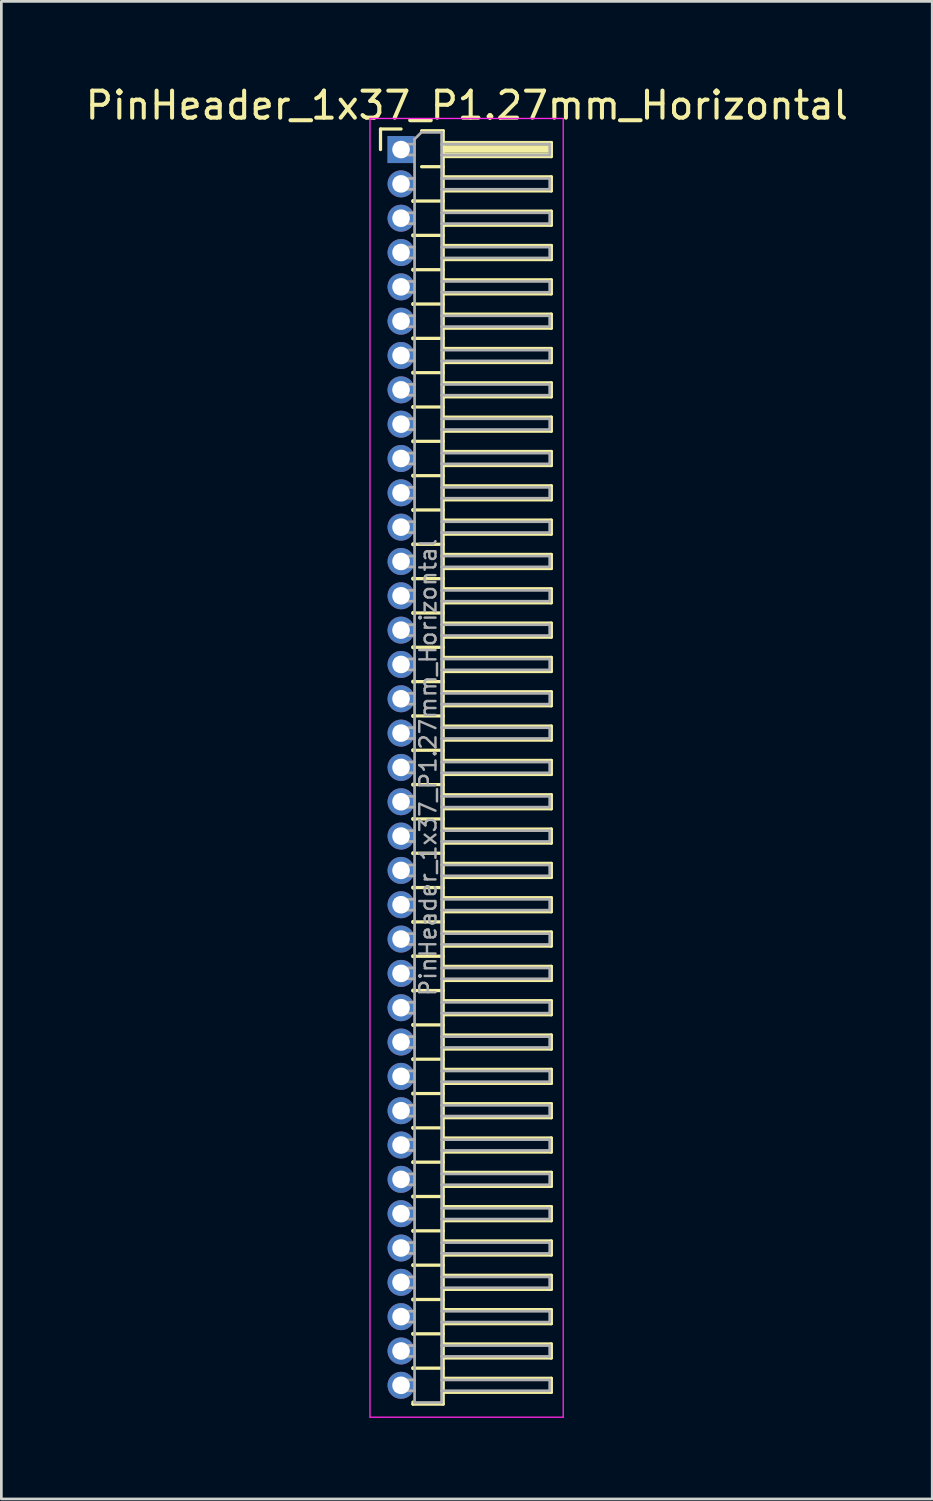
<source format=kicad_pcb>
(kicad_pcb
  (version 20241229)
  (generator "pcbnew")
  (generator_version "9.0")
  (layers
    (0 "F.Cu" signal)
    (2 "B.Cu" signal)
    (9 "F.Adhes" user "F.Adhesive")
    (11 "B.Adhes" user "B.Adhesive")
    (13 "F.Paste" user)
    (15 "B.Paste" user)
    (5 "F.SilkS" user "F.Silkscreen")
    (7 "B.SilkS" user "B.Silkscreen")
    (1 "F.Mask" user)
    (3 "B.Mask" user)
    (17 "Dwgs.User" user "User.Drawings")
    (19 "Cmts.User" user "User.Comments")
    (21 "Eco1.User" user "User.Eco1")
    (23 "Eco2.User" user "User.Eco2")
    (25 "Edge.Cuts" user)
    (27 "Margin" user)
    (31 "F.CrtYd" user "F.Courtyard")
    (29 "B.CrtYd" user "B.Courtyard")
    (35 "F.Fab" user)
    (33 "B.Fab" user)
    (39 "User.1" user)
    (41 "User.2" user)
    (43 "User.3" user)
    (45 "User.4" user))
  (footprint "PinHeader_1x37_P1.27mm_Horizontal"
    (layer "F.Cu")
    (at 11.788 2.483)
    (property "Reference" "PinHeader_1x37_P1.27mm_Horizontal" (at 2.433 -1.635 0) (layer "F.SilkS") (effects (font (size 1 1) (thickness 0.15))))
    (attr through_hole)
    (fp_line (start -0.76 -0.76) (end 0 -0.76) (stroke (width 0.12) (type solid)) (layer "F.SilkS"))
    (fp_line (start -0.76 0) (end -0.76 -0.76) (stroke (width 0.12) (type solid)) (layer "F.SilkS"))
    (fp_line (start 0.44 1.89) (end 0.44 1.92) (stroke (width 0.12) (type solid)) (layer "F.SilkS"))
    (fp_line (start 0.44 1.905) (end 1.56 1.905) (stroke (width 0.12) (type solid)) (layer "F.SilkS"))
    (fp_line (start 0.44 3.16) (end 0.44 3.19) (stroke (width 0.12) (type solid)) (layer "F.SilkS"))
    (fp_line (start 0.44 3.175) (end 1.56 3.175) (stroke (width 0.12) (type solid)) (layer "F.SilkS"))
    (fp_line (start 0.44 4.43) (end 0.44 4.46) (stroke (width 0.12) (type solid)) (layer "F.SilkS"))
    (fp_line (start 0.44 4.445) (end 1.56 4.445) (stroke (width 0.12) (type solid)) (layer "F.SilkS"))
    (fp_line (start 0.44 5.7) (end 0.44 5.73) (stroke (width 0.12) (type solid)) (layer "F.SilkS"))
    (fp_line (start 0.44 5.715) (end 1.56 5.715) (stroke (width 0.12) (type solid)) (layer "F.SilkS"))
    (fp_line (start 0.44 6.97) (end 0.44 7) (stroke (width 0.12) (type solid)) (layer "F.SilkS"))
    (fp_line (start 0.44 6.985) (end 1.56 6.985) (stroke (width 0.12) (type solid)) (layer "F.SilkS"))
    (fp_line (start 0.44 8.24) (end 0.44 8.27) (stroke (width 0.12) (type solid)) (layer "F.SilkS"))
    (fp_line (start 0.44 8.255) (end 1.56 8.255) (stroke (width 0.12) (type solid)) (layer "F.SilkS"))
    (fp_line (start 0.44 9.51) (end 0.44 9.54) (stroke (width 0.12) (type solid)) (layer "F.SilkS"))
    (fp_line (start 0.44 9.525) (end 1.56 9.525) (stroke (width 0.12) (type solid)) (layer "F.SilkS"))
    (fp_line (start 0.44 10.78) (end 0.44 10.81) (stroke (width 0.12) (type solid)) (layer "F.SilkS"))
    (fp_line (start 0.44 10.795) (end 1.56 10.795) (stroke (width 0.12) (type solid)) (layer "F.SilkS"))
    (fp_line (start 0.44 12.05) (end 0.44 12.08) (stroke (width 0.12) (type solid)) (layer "F.SilkS"))
    (fp_line (start 0.44 12.065) (end 1.56 12.065) (stroke (width 0.12) (type solid)) (layer "F.SilkS"))
    (fp_line (start 0.44 13.32) (end 0.44 13.35) (stroke (width 0.12) (type solid)) (layer "F.SilkS"))
    (fp_line (start 0.44 13.335) (end 1.56 13.335) (stroke (width 0.12) (type solid)) (layer "F.SilkS"))
    (fp_line (start 0.44 14.59) (end 0.44 14.62) (stroke (width 0.12) (type solid)) (layer "F.SilkS"))
    (fp_line (start 0.44 14.605) (end 1.56 14.605) (stroke (width 0.12) (type solid)) (layer "F.SilkS"))
    (fp_line (start 0.44 15.86) (end 0.44 15.89) (stroke (width 0.12) (type solid)) (layer "F.SilkS"))
    (fp_line (start 0.44 15.875) (end 1.56 15.875) (stroke (width 0.12) (type solid)) (layer "F.SilkS"))
    (fp_line (start 0.44 17.13) (end 0.44 17.16) (stroke (width 0.12) (type solid)) (layer "F.SilkS"))
    (fp_line (start 0.44 17.145) (end 1.56 17.145) (stroke (width 0.12) (type solid)) (layer "F.SilkS"))
    (fp_line (start 0.44 18.4) (end 0.44 18.43) (stroke (width 0.12) (type solid)) (layer "F.SilkS"))
    (fp_line (start 0.44 18.415) (end 1.56 18.415) (stroke (width 0.12) (type solid)) (layer "F.SilkS"))
    (fp_line (start 0.44 19.67) (end 0.44 19.7) (stroke (width 0.12) (type solid)) (layer "F.SilkS"))
    (fp_line (start 0.44 19.685) (end 1.56 19.685) (stroke (width 0.12) (type solid)) (layer "F.SilkS"))
    (fp_line (start 0.44 20.94) (end 0.44 20.97) (stroke (width 0.12) (type solid)) (layer "F.SilkS"))
    (fp_line (start 0.44 20.955) (end 1.56 20.955) (stroke (width 0.12) (type solid)) (layer "F.SilkS"))
    (fp_line (start 0.44 22.21) (end 0.44 22.24) (stroke (width 0.12) (type solid)) (layer "F.SilkS"))
    (fp_line (start 0.44 22.225) (end 1.56 22.225) (stroke (width 0.12) (type solid)) (layer "F.SilkS"))
    (fp_line (start 0.44 23.48) (end 0.44 23.51) (stroke (width 0.12) (type solid)) (layer "F.SilkS"))
    (fp_line (start 0.44 23.495) (end 1.56 23.495) (stroke (width 0.12) (type solid)) (layer "F.SilkS"))
    (fp_line (start 0.44 24.75) (end 0.44 24.78) (stroke (width 0.12) (type solid)) (layer "F.SilkS"))
    (fp_line (start 0.44 24.765) (end 1.56 24.765) (stroke (width 0.12) (type solid)) (layer "F.SilkS"))
    (fp_line (start 0.44 26.02) (end 0.44 26.05) (stroke (width 0.12) (type solid)) (layer "F.SilkS"))
    (fp_line (start 0.44 26.035) (end 1.56 26.035) (stroke (width 0.12) (type solid)) (layer "F.SilkS"))
    (fp_line (start 0.44 27.29) (end 0.44 27.32) (stroke (width 0.12) (type solid)) (layer "F.SilkS"))
    (fp_line (start 0.44 27.305) (end 1.56 27.305) (stroke (width 0.12) (type solid)) (layer "F.SilkS"))
    (fp_line (start 0.44 28.56) (end 0.44 28.59) (stroke (width 0.12) (type solid)) (layer "F.SilkS"))
    (fp_line (start 0.44 28.575) (end 1.56 28.575) (stroke (width 0.12) (type solid)) (layer "F.SilkS"))
    (fp_line (start 0.44 29.83) (end 0.44 29.86) (stroke (width 0.12) (type solid)) (layer "F.SilkS"))
    (fp_line (start 0.44 29.845) (end 1.56 29.845) (stroke (width 0.12) (type solid)) (layer "F.SilkS"))
    (fp_line (start 0.44 31.1) (end 0.44 31.13) (stroke (width 0.12) (type solid)) (layer "F.SilkS"))
    (fp_line (start 0.44 31.115) (end 1.56 31.115) (stroke (width 0.12) (type solid)) (layer "F.SilkS"))
    (fp_line (start 0.44 32.37) (end 0.44 32.4) (stroke (width 0.12) (type solid)) (layer "F.SilkS"))
    (fp_line (start 0.44 32.385) (end 1.56 32.385) (stroke (width 0.12) (type solid)) (layer "F.SilkS"))
    (fp_line (start 0.44 33.64) (end 0.44 33.67) (stroke (width 0.12) (type solid)) (layer "F.SilkS"))
    (fp_line (start 0.44 33.655) (end 1.56 33.655) (stroke (width 0.12) (type solid)) (layer "F.SilkS"))
    (fp_line (start 0.44 34.91) (end 0.44 34.94) (stroke (width 0.12) (type solid)) (layer "F.SilkS"))
    (fp_line (start 0.44 34.925) (end 1.56 34.925) (stroke (width 0.12) (type solid)) (layer "F.SilkS"))
    (fp_line (start 0.44 36.18) (end 0.44 36.21) (stroke (width 0.12) (type solid)) (layer "F.SilkS"))
    (fp_line (start 0.44 36.195) (end 1.56 36.195) (stroke (width 0.12) (type solid)) (layer "F.SilkS"))
    (fp_line (start 0.44 37.45) (end 0.44 37.48) (stroke (width 0.12) (type solid)) (layer "F.SilkS"))
    (fp_line (start 0.44 37.465) (end 1.56 37.465) (stroke (width 0.12) (type solid)) (layer "F.SilkS"))
    (fp_line (start 0.44 38.72) (end 0.44 38.75) (stroke (width 0.12) (type solid)) (layer "F.SilkS"))
    (fp_line (start 0.44 38.735) (end 1.56 38.735) (stroke (width 0.12) (type solid)) (layer "F.SilkS"))
    (fp_line (start 0.44 39.99) (end 0.44 40.02) (stroke (width 0.12) (type solid)) (layer "F.SilkS"))
    (fp_line (start 0.44 40.005) (end 1.56 40.005) (stroke (width 0.12) (type solid)) (layer "F.SilkS"))
    (fp_line (start 0.44 41.26) (end 0.44 41.29) (stroke (width 0.12) (type solid)) (layer "F.SilkS"))
    (fp_line (start 0.44 41.275) (end 1.56 41.275) (stroke (width 0.12) (type solid)) (layer "F.SilkS"))
    (fp_line (start 0.44 42.53) (end 0.44 42.56) (stroke (width 0.12) (type solid)) (layer "F.SilkS"))
    (fp_line (start 0.44 42.545) (end 1.56 42.545) (stroke (width 0.12) (type solid)) (layer "F.SilkS"))
    (fp_line (start 0.44 43.8) (end 0.44 43.83) (stroke (width 0.12) (type solid)) (layer "F.SilkS"))
    (fp_line (start 0.44 43.815) (end 1.56 43.815) (stroke (width 0.12) (type solid)) (layer "F.SilkS"))
    (fp_line (start 0.44 45.07) (end 0.44 45.1) (stroke (width 0.12) (type solid)) (layer "F.SilkS"))
    (fp_line (start 0.44 45.085) (end 1.56 45.085) (stroke (width 0.12) (type solid)) (layer "F.SilkS"))
    (fp_line (start 0.44 46.415) (end 0.44 46.34) (stroke (width 0.12) (type solid)) (layer "F.SilkS"))
    (fp_line (start 0.76 -0.695) (end 1.56 -0.695) (stroke (width 0.12) (type solid)) (layer "F.SilkS"))
    (fp_line (start 0.76 0.635) (end 1.56 0.635) (stroke (width 0.12) (type solid)) (layer "F.SilkS"))
    (fp_line (start 1.56 -0.695) (end 1.56 46.415) (stroke (width 0.12) (type solid)) (layer "F.SilkS"))
    (fp_line (start 1.56 -0.26) (end 5.56 -0.26) (stroke (width 0.12) (type solid)) (layer "F.SilkS"))
    (fp_line (start 1.56 -0.2) (end 5.56 -0.2) (stroke (width 0.12) (type solid)) (layer "F.SilkS"))
    (fp_line (start 1.56 -0.08) (end 5.56 -0.08) (stroke (width 0.12) (type solid)) (layer "F.SilkS"))
    (fp_line (start 1.56 0.04) (end 5.56 0.04) (stroke (width 0.12) (type solid)) (layer "F.SilkS"))
    (fp_line (start 1.56 0.16) (end 5.56 0.16) (stroke (width 0.12) (type solid)) (layer "F.SilkS"))
    (fp_line (start 1.56 1.01) (end 5.56 1.01) (stroke (width 0.12) (type solid)) (layer "F.SilkS"))
    (fp_line (start 1.56 2.28) (end 5.56 2.28) (stroke (width 0.12) (type solid)) (layer "F.SilkS"))
    (fp_line (start 1.56 3.55) (end 5.56 3.55) (stroke (width 0.12) (type solid)) (layer "F.SilkS"))
    (fp_line (start 1.56 4.82) (end 5.56 4.82) (stroke (width 0.12) (type solid)) (layer "F.SilkS"))
    (fp_line (start 1.56 6.09) (end 5.56 6.09) (stroke (width 0.12) (type solid)) (layer "F.SilkS"))
    (fp_line (start 1.56 7.36) (end 5.56 7.36) (stroke (width 0.12) (type solid)) (layer "F.SilkS"))
    (fp_line (start 1.56 8.63) (end 5.56 8.63) (stroke (width 0.12) (type solid)) (layer "F.SilkS"))
    (fp_line (start 1.56 9.9) (end 5.56 9.9) (stroke (width 0.12) (type solid)) (layer "F.SilkS"))
    (fp_line (start 1.56 11.17) (end 5.56 11.17) (stroke (width 0.12) (type solid)) (layer "F.SilkS"))
    (fp_line (start 1.56 12.44) (end 5.56 12.44) (stroke (width 0.12) (type solid)) (layer "F.SilkS"))
    (fp_line (start 1.56 13.71) (end 5.56 13.71) (stroke (width 0.12) (type solid)) (layer "F.SilkS"))
    (fp_line (start 1.56 14.98) (end 5.56 14.98) (stroke (width 0.12) (type solid)) (layer "F.SilkS"))
    (fp_line (start 1.56 16.25) (end 5.56 16.25) (stroke (width 0.12) (type solid)) (layer "F.SilkS"))
    (fp_line (start 1.56 17.52) (end 5.56 17.52) (stroke (width 0.12) (type solid)) (layer "F.SilkS"))
    (fp_line (start 1.56 18.79) (end 5.56 18.79) (stroke (width 0.12) (type solid)) (layer "F.SilkS"))
    (fp_line (start 1.56 20.06) (end 5.56 20.06) (stroke (width 0.12) (type solid)) (layer "F.SilkS"))
    (fp_line (start 1.56 21.33) (end 5.56 21.33) (stroke (width 0.12) (type solid)) (layer "F.SilkS"))
    (fp_line (start 1.56 22.6) (end 5.56 22.6) (stroke (width 0.12) (type solid)) (layer "F.SilkS"))
    (fp_line (start 1.56 23.87) (end 5.56 23.87) (stroke (width 0.12) (type solid)) (layer "F.SilkS"))
    (fp_line (start 1.56 25.14) (end 5.56 25.14) (stroke (width 0.12) (type solid)) (layer "F.SilkS"))
    (fp_line (start 1.56 26.41) (end 5.56 26.41) (stroke (width 0.12) (type solid)) (layer "F.SilkS"))
    (fp_line (start 1.56 27.68) (end 5.56 27.68) (stroke (width 0.12) (type solid)) (layer "F.SilkS"))
    (fp_line (start 1.56 28.95) (end 5.56 28.95) (stroke (width 0.12) (type solid)) (layer "F.SilkS"))
    (fp_line (start 1.56 30.22) (end 5.56 30.22) (stroke (width 0.12) (type solid)) (layer "F.SilkS"))
    (fp_line (start 1.56 31.49) (end 5.56 31.49) (stroke (width 0.12) (type solid)) (layer "F.SilkS"))
    (fp_line (start 1.56 32.76) (end 5.56 32.76) (stroke (width 0.12) (type solid)) (layer "F.SilkS"))
    (fp_line (start 1.56 34.03) (end 5.56 34.03) (stroke (width 0.12) (type solid)) (layer "F.SilkS"))
    (fp_line (start 1.56 35.3) (end 5.56 35.3) (stroke (width 0.12) (type solid)) (layer "F.SilkS"))
    (fp_line (start 1.56 36.57) (end 5.56 36.57) (stroke (width 0.12) (type solid)) (layer "F.SilkS"))
    (fp_line (start 1.56 37.84) (end 5.56 37.84) (stroke (width 0.12) (type solid)) (layer "F.SilkS"))
    (fp_line (start 1.56 39.11) (end 5.56 39.11) (stroke (width 0.12) (type solid)) (layer "F.SilkS"))
    (fp_line (start 1.56 40.38) (end 5.56 40.38) (stroke (width 0.12) (type solid)) (layer "F.SilkS"))
    (fp_line (start 1.56 41.65) (end 5.56 41.65) (stroke (width 0.12) (type solid)) (layer "F.SilkS"))
    (fp_line (start 1.56 42.92) (end 5.56 42.92) (stroke (width 0.12) (type solid)) (layer "F.SilkS"))
    (fp_line (start 1.56 44.19) (end 5.56 44.19) (stroke (width 0.12) (type solid)) (layer "F.SilkS"))
    (fp_line (start 1.56 45.46) (end 5.56 45.46) (stroke (width 0.12) (type solid)) (layer "F.SilkS"))
    (fp_line (start 1.56 46.415) (end 0.44 46.415) (stroke (width 0.12) (type solid)) (layer "F.SilkS"))
    (fp_line (start 5.56 -0.26) (end 5.56 0.26) (stroke (width 0.12) (type solid)) (layer "F.SilkS"))
    (fp_line (start 5.56 0.26) (end 1.56 0.26) (stroke (width 0.12) (type solid)) (layer "F.SilkS"))
    (fp_line (start 5.56 1.01) (end 5.56 1.53) (stroke (width 0.12) (type solid)) (layer "F.SilkS"))
    (fp_line (start 5.56 1.53) (end 1.56 1.53) (stroke (width 0.12) (type solid)) (layer "F.SilkS"))
    (fp_line (start 5.56 2.28) (end 5.56 2.8) (stroke (width 0.12) (type solid)) (layer "F.SilkS"))
    (fp_line (start 5.56 2.8) (end 1.56 2.8) (stroke (width 0.12) (type solid)) (layer "F.SilkS"))
    (fp_line (start 5.56 3.55) (end 5.56 4.07) (stroke (width 0.12) (type solid)) (layer "F.SilkS"))
    (fp_line (start 5.56 4.07) (end 1.56 4.07) (stroke (width 0.12) (type solid)) (layer "F.SilkS"))
    (fp_line (start 5.56 4.82) (end 5.56 5.34) (stroke (width 0.12) (type solid)) (layer "F.SilkS"))
    (fp_line (start 5.56 5.34) (end 1.56 5.34) (stroke (width 0.12) (type solid)) (layer "F.SilkS"))
    (fp_line (start 5.56 6.09) (end 5.56 6.61) (stroke (width 0.12) (type solid)) (layer "F.SilkS"))
    (fp_line (start 5.56 6.61) (end 1.56 6.61) (stroke (width 0.12) (type solid)) (layer "F.SilkS"))
    (fp_line (start 5.56 7.36) (end 5.56 7.88) (stroke (width 0.12) (type solid)) (layer "F.SilkS"))
    (fp_line (start 5.56 7.88) (end 1.56 7.88) (stroke (width 0.12) (type solid)) (layer "F.SilkS"))
    (fp_line (start 5.56 8.63) (end 5.56 9.15) (stroke (width 0.12) (type solid)) (layer "F.SilkS"))
    (fp_line (start 5.56 9.15) (end 1.56 9.15) (stroke (width 0.12) (type solid)) (layer "F.SilkS"))
    (fp_line (start 5.56 9.9) (end 5.56 10.42) (stroke (width 0.12) (type solid)) (layer "F.SilkS"))
    (fp_line (start 5.56 10.42) (end 1.56 10.42) (stroke (width 0.12) (type solid)) (layer "F.SilkS"))
    (fp_line (start 5.56 11.17) (end 5.56 11.69) (stroke (width 0.12) (type solid)) (layer "F.SilkS"))
    (fp_line (start 5.56 11.69) (end 1.56 11.69) (stroke (width 0.12) (type solid)) (layer "F.SilkS"))
    (fp_line (start 5.56 12.44) (end 5.56 12.96) (stroke (width 0.12) (type solid)) (layer "F.SilkS"))
    (fp_line (start 5.56 12.96) (end 1.56 12.96) (stroke (width 0.12) (type solid)) (layer "F.SilkS"))
    (fp_line (start 5.56 13.71) (end 5.56 14.23) (stroke (width 0.12) (type solid)) (layer "F.SilkS"))
    (fp_line (start 5.56 14.23) (end 1.56 14.23) (stroke (width 0.12) (type solid)) (layer "F.SilkS"))
    (fp_line (start 5.56 14.98) (end 5.56 15.5) (stroke (width 0.12) (type solid)) (layer "F.SilkS"))
    (fp_line (start 5.56 15.5) (end 1.56 15.5) (stroke (width 0.12) (type solid)) (layer "F.SilkS"))
    (fp_line (start 5.56 16.25) (end 5.56 16.77) (stroke (width 0.12) (type solid)) (layer "F.SilkS"))
    (fp_line (start 5.56 16.77) (end 1.56 16.77) (stroke (width 0.12) (type solid)) (layer "F.SilkS"))
    (fp_line (start 5.56 17.52) (end 5.56 18.04) (stroke (width 0.12) (type solid)) (layer "F.SilkS"))
    (fp_line (start 5.56 18.04) (end 1.56 18.04) (stroke (width 0.12) (type solid)) (layer "F.SilkS"))
    (fp_line (start 5.56 18.79) (end 5.56 19.31) (stroke (width 0.12) (type solid)) (layer "F.SilkS"))
    (fp_line (start 5.56 19.31) (end 1.56 19.31) (stroke (width 0.12) (type solid)) (layer "F.SilkS"))
    (fp_line (start 5.56 20.06) (end 5.56 20.58) (stroke (width 0.12) (type solid)) (layer "F.SilkS"))
    (fp_line (start 5.56 20.58) (end 1.56 20.58) (stroke (width 0.12) (type solid)) (layer "F.SilkS"))
    (fp_line (start 5.56 21.33) (end 5.56 21.85) (stroke (width 0.12) (type solid)) (layer "F.SilkS"))
    (fp_line (start 5.56 21.85) (end 1.56 21.85) (stroke (width 0.12) (type solid)) (layer "F.SilkS"))
    (fp_line (start 5.56 22.6) (end 5.56 23.12) (stroke (width 0.12) (type solid)) (layer "F.SilkS"))
    (fp_line (start 5.56 23.12) (end 1.56 23.12) (stroke (width 0.12) (type solid)) (layer "F.SilkS"))
    (fp_line (start 5.56 23.87) (end 5.56 24.39) (stroke (width 0.12) (type solid)) (layer "F.SilkS"))
    (fp_line (start 5.56 24.39) (end 1.56 24.39) (stroke (width 0.12) (type solid)) (layer "F.SilkS"))
    (fp_line (start 5.56 25.14) (end 5.56 25.66) (stroke (width 0.12) (type solid)) (layer "F.SilkS"))
    (fp_line (start 5.56 25.66) (end 1.56 25.66) (stroke (width 0.12) (type solid)) (layer "F.SilkS"))
    (fp_line (start 5.56 26.41) (end 5.56 26.93) (stroke (width 0.12) (type solid)) (layer "F.SilkS"))
    (fp_line (start 5.56 26.93) (end 1.56 26.93) (stroke (width 0.12) (type solid)) (layer "F.SilkS"))
    (fp_line (start 5.56 27.68) (end 5.56 28.2) (stroke (width 0.12) (type solid)) (layer "F.SilkS"))
    (fp_line (start 5.56 28.2) (end 1.56 28.2) (stroke (width 0.12) (type solid)) (layer "F.SilkS"))
    (fp_line (start 5.56 28.95) (end 5.56 29.47) (stroke (width 0.12) (type solid)) (layer "F.SilkS"))
    (fp_line (start 5.56 29.47) (end 1.56 29.47) (stroke (width 0.12) (type solid)) (layer "F.SilkS"))
    (fp_line (start 5.56 30.22) (end 5.56 30.74) (stroke (width 0.12) (type solid)) (layer "F.SilkS"))
    (fp_line (start 5.56 30.74) (end 1.56 30.74) (stroke (width 0.12) (type solid)) (layer "F.SilkS"))
    (fp_line (start 5.56 31.49) (end 5.56 32.01) (stroke (width 0.12) (type solid)) (layer "F.SilkS"))
    (fp_line (start 5.56 32.01) (end 1.56 32.01) (stroke (width 0.12) (type solid)) (layer "F.SilkS"))
    (fp_line (start 5.56 32.76) (end 5.56 33.28) (stroke (width 0.12) (type solid)) (layer "F.SilkS"))
    (fp_line (start 5.56 33.28) (end 1.56 33.28) (stroke (width 0.12) (type solid)) (layer "F.SilkS"))
    (fp_line (start 5.56 34.03) (end 5.56 34.55) (stroke (width 0.12) (type solid)) (layer "F.SilkS"))
    (fp_line (start 5.56 34.55) (end 1.56 34.55) (stroke (width 0.12) (type solid)) (layer "F.SilkS"))
    (fp_line (start 5.56 35.3) (end 5.56 35.82) (stroke (width 0.12) (type solid)) (layer "F.SilkS"))
    (fp_line (start 5.56 35.82) (end 1.56 35.82) (stroke (width 0.12) (type solid)) (layer "F.SilkS"))
    (fp_line (start 5.56 36.57) (end 5.56 37.09) (stroke (width 0.12) (type solid)) (layer "F.SilkS"))
    (fp_line (start 5.56 37.09) (end 1.56 37.09) (stroke (width 0.12) (type solid)) (layer "F.SilkS"))
    (fp_line (start 5.56 37.84) (end 5.56 38.36) (stroke (width 0.12) (type solid)) (layer "F.SilkS"))
    (fp_line (start 5.56 38.36) (end 1.56 38.36) (stroke (width 0.12) (type solid)) (layer "F.SilkS"))
    (fp_line (start 5.56 39.11) (end 5.56 39.63) (stroke (width 0.12) (type solid)) (layer "F.SilkS"))
    (fp_line (start 5.56 39.63) (end 1.56 39.63) (stroke (width 0.12) (type solid)) (layer "F.SilkS"))
    (fp_line (start 5.56 40.38) (end 5.56 40.9) (stroke (width 0.12) (type solid)) (layer "F.SilkS"))
    (fp_line (start 5.56 40.9) (end 1.56 40.9) (stroke (width 0.12) (type solid)) (layer "F.SilkS"))
    (fp_line (start 5.56 41.65) (end 5.56 42.17) (stroke (width 0.12) (type solid)) (layer "F.SilkS"))
    (fp_line (start 5.56 42.17) (end 1.56 42.17) (stroke (width 0.12) (type solid)) (layer "F.SilkS"))
    (fp_line (start 5.56 42.92) (end 5.56 43.44) (stroke (width 0.12) (type solid)) (layer "F.SilkS"))
    (fp_line (start 5.56 43.44) (end 1.56 43.44) (stroke (width 0.12) (type solid)) (layer "F.SilkS"))
    (fp_line (start 5.56 44.19) (end 5.56 44.71) (stroke (width 0.12) (type solid)) (layer "F.SilkS"))
    (fp_line (start 5.56 44.71) (end 1.56 44.71) (stroke (width 0.12) (type solid)) (layer "F.SilkS"))
    (fp_line (start 5.56 45.46) (end 5.56 45.98) (stroke (width 0.12) (type solid)) (layer "F.SilkS"))
    (fp_line (start 5.56 45.98) (end 1.56 45.98) (stroke (width 0.12) (type solid)) (layer "F.SilkS"))
    (fp_line (start -1.15 -1.15) (end -1.15 46.9) (stroke (width 0.05) (type solid)) (layer "F.CrtYd"))
    (fp_line (start -1.15 46.9) (end 6 46.9) (stroke (width 0.05) (type solid)) (layer "F.CrtYd"))
    (fp_line (start 6 -1.15) (end -1.15 -1.15) (stroke (width 0.05) (type solid)) (layer "F.CrtYd"))
    (fp_line (start 6 46.9) (end 6 -1.15) (stroke (width 0.05) (type solid)) (layer "F.CrtYd"))
    (fp_line (start -0.2 -0.2) (end -0.2 0.2) (stroke (width 0.1) (type solid)) (layer "F.Fab"))
    (fp_line (start -0.2 -0.2) (end 0.5 -0.2) (stroke (width 0.1) (type solid)) (layer "F.Fab"))
    (fp_line (start -0.2 0.2) (end 0.5 0.2) (stroke (width 0.1) (type solid)) (layer "F.Fab"))
    (fp_line (start -0.2 1.07) (end -0.2 1.47) (stroke (width 0.1) (type solid)) (layer "F.Fab"))
    (fp_line (start -0.2 1.07) (end 0.5 1.07) (stroke (width 0.1) (type solid)) (layer "F.Fab"))
    (fp_line (start -0.2 1.47) (end 0.5 1.47) (stroke (width 0.1) (type solid)) (layer "F.Fab"))
    (fp_line (start -0.2 2.34) (end -0.2 2.74) (stroke (width 0.1) (type solid)) (layer "F.Fab"))
    (fp_line (start -0.2 2.34) (end 0.5 2.34) (stroke (width 0.1) (type solid)) (layer "F.Fab"))
    (fp_line (start -0.2 2.74) (end 0.5 2.74) (stroke (width 0.1) (type solid)) (layer "F.Fab"))
    (fp_line (start -0.2 3.61) (end -0.2 4.01) (stroke (width 0.1) (type solid)) (layer "F.Fab"))
    (fp_line (start -0.2 3.61) (end 0.5 3.61) (stroke (width 0.1) (type solid)) (layer "F.Fab"))
    (fp_line (start -0.2 4.01) (end 0.5 4.01) (stroke (width 0.1) (type solid)) (layer "F.Fab"))
    (fp_line (start -0.2 4.88) (end -0.2 5.28) (stroke (width 0.1) (type solid)) (layer "F.Fab"))
    (fp_line (start -0.2 4.88) (end 0.5 4.88) (stroke (width 0.1) (type solid)) (layer "F.Fab"))
    (fp_line (start -0.2 5.28) (end 0.5 5.28) (stroke (width 0.1) (type solid)) (layer "F.Fab"))
    (fp_line (start -0.2 6.15) (end -0.2 6.55) (stroke (width 0.1) (type solid)) (layer "F.Fab"))
    (fp_line (start -0.2 6.15) (end 0.5 6.15) (stroke (width 0.1) (type solid)) (layer "F.Fab"))
    (fp_line (start -0.2 6.55) (end 0.5 6.55) (stroke (width 0.1) (type solid)) (layer "F.Fab"))
    (fp_line (start -0.2 7.42) (end -0.2 7.82) (stroke (width 0.1) (type solid)) (layer "F.Fab"))
    (fp_line (start -0.2 7.42) (end 0.5 7.42) (stroke (width 0.1) (type solid)) (layer "F.Fab"))
    (fp_line (start -0.2 7.82) (end 0.5 7.82) (stroke (width 0.1) (type solid)) (layer "F.Fab"))
    (fp_line (start -0.2 8.69) (end -0.2 9.09) (stroke (width 0.1) (type solid)) (layer "F.Fab"))
    (fp_line (start -0.2 8.69) (end 0.5 8.69) (stroke (width 0.1) (type solid)) (layer "F.Fab"))
    (fp_line (start -0.2 9.09) (end 0.5 9.09) (stroke (width 0.1) (type solid)) (layer "F.Fab"))
    (fp_line (start -0.2 9.96) (end -0.2 10.36) (stroke (width 0.1) (type solid)) (layer "F.Fab"))
    (fp_line (start -0.2 9.96) (end 0.5 9.96) (stroke (width 0.1) (type solid)) (layer "F.Fab"))
    (fp_line (start -0.2 10.36) (end 0.5 10.36) (stroke (width 0.1) (type solid)) (layer "F.Fab"))
    (fp_line (start -0.2 11.23) (end -0.2 11.63) (stroke (width 0.1) (type solid)) (layer "F.Fab"))
    (fp_line (start -0.2 11.23) (end 0.5 11.23) (stroke (width 0.1) (type solid)) (layer "F.Fab"))
    (fp_line (start -0.2 11.63) (end 0.5 11.63) (stroke (width 0.1) (type solid)) (layer "F.Fab"))
    (fp_line (start -0.2 12.5) (end -0.2 12.9) (stroke (width 0.1) (type solid)) (layer "F.Fab"))
    (fp_line (start -0.2 12.5) (end 0.5 12.5) (stroke (width 0.1) (type solid)) (layer "F.Fab"))
    (fp_line (start -0.2 12.9) (end 0.5 12.9) (stroke (width 0.1) (type solid)) (layer "F.Fab"))
    (fp_line (start -0.2 13.77) (end -0.2 14.17) (stroke (width 0.1) (type solid)) (layer "F.Fab"))
    (fp_line (start -0.2 13.77) (end 0.5 13.77) (stroke (width 0.1) (type solid)) (layer "F.Fab"))
    (fp_line (start -0.2 14.17) (end 0.5 14.17) (stroke (width 0.1) (type solid)) (layer "F.Fab"))
    (fp_line (start -0.2 15.04) (end -0.2 15.44) (stroke (width 0.1) (type solid)) (layer "F.Fab"))
    (fp_line (start -0.2 15.04) (end 0.5 15.04) (stroke (width 0.1) (type solid)) (layer "F.Fab"))
    (fp_line (start -0.2 15.44) (end 0.5 15.44) (stroke (width 0.1) (type solid)) (layer "F.Fab"))
    (fp_line (start -0.2 16.31) (end -0.2 16.71) (stroke (width 0.1) (type solid)) (layer "F.Fab"))
    (fp_line (start -0.2 16.31) (end 0.5 16.31) (stroke (width 0.1) (type solid)) (layer "F.Fab"))
    (fp_line (start -0.2 16.71) (end 0.5 16.71) (stroke (width 0.1) (type solid)) (layer "F.Fab"))
    (fp_line (start -0.2 17.58) (end -0.2 17.98) (stroke (width 0.1) (type solid)) (layer "F.Fab"))
    (fp_line (start -0.2 17.58) (end 0.5 17.58) (stroke (width 0.1) (type solid)) (layer "F.Fab"))
    (fp_line (start -0.2 17.98) (end 0.5 17.98) (stroke (width 0.1) (type solid)) (layer "F.Fab"))
    (fp_line (start -0.2 18.85) (end -0.2 19.25) (stroke (width 0.1) (type solid)) (layer "F.Fab"))
    (fp_line (start -0.2 18.85) (end 0.5 18.85) (stroke (width 0.1) (type solid)) (layer "F.Fab"))
    (fp_line (start -0.2 19.25) (end 0.5 19.25) (stroke (width 0.1) (type solid)) (layer "F.Fab"))
    (fp_line (start -0.2 20.12) (end -0.2 20.52) (stroke (width 0.1) (type solid)) (layer "F.Fab"))
    (fp_line (start -0.2 20.12) (end 0.5 20.12) (stroke (width 0.1) (type solid)) (layer "F.Fab"))
    (fp_line (start -0.2 20.52) (end 0.5 20.52) (stroke (width 0.1) (type solid)) (layer "F.Fab"))
    (fp_line (start -0.2 21.39) (end -0.2 21.79) (stroke (width 0.1) (type solid)) (layer "F.Fab"))
    (fp_line (start -0.2 21.39) (end 0.5 21.39) (stroke (width 0.1) (type solid)) (layer "F.Fab"))
    (fp_line (start -0.2 21.79) (end 0.5 21.79) (stroke (width 0.1) (type solid)) (layer "F.Fab"))
    (fp_line (start -0.2 22.66) (end -0.2 23.06) (stroke (width 0.1) (type solid)) (layer "F.Fab"))
    (fp_line (start -0.2 22.66) (end 0.5 22.66) (stroke (width 0.1) (type solid)) (layer "F.Fab"))
    (fp_line (start -0.2 23.06) (end 0.5 23.06) (stroke (width 0.1) (type solid)) (layer "F.Fab"))
    (fp_line (start -0.2 23.93) (end -0.2 24.33) (stroke (width 0.1) (type solid)) (layer "F.Fab"))
    (fp_line (start -0.2 23.93) (end 0.5 23.93) (stroke (width 0.1) (type solid)) (layer "F.Fab"))
    (fp_line (start -0.2 24.33) (end 0.5 24.33) (stroke (width 0.1) (type solid)) (layer "F.Fab"))
    (fp_line (start -0.2 25.2) (end -0.2 25.6) (stroke (width 0.1) (type solid)) (layer "F.Fab"))
    (fp_line (start -0.2 25.2) (end 0.5 25.2) (stroke (width 0.1) (type solid)) (layer "F.Fab"))
    (fp_line (start -0.2 25.6) (end 0.5 25.6) (stroke (width 0.1) (type solid)) (layer "F.Fab"))
    (fp_line (start -0.2 26.47) (end -0.2 26.87) (stroke (width 0.1) (type solid)) (layer "F.Fab"))
    (fp_line (start -0.2 26.47) (end 0.5 26.47) (stroke (width 0.1) (type solid)) (layer "F.Fab"))
    (fp_line (start -0.2 26.87) (end 0.5 26.87) (stroke (width 0.1) (type solid)) (layer "F.Fab"))
    (fp_line (start -0.2 27.74) (end -0.2 28.14) (stroke (width 0.1) (type solid)) (layer "F.Fab"))
    (fp_line (start -0.2 27.74) (end 0.5 27.74) (stroke (width 0.1) (type solid)) (layer "F.Fab"))
    (fp_line (start -0.2 28.14) (end 0.5 28.14) (stroke (width 0.1) (type solid)) (layer "F.Fab"))
    (fp_line (start -0.2 29.01) (end -0.2 29.41) (stroke (width 0.1) (type solid)) (layer "F.Fab"))
    (fp_line (start -0.2 29.01) (end 0.5 29.01) (stroke (width 0.1) (type solid)) (layer "F.Fab"))
    (fp_line (start -0.2 29.41) (end 0.5 29.41) (stroke (width 0.1) (type solid)) (layer "F.Fab"))
    (fp_line (start -0.2 30.28) (end -0.2 30.68) (stroke (width 0.1) (type solid)) (layer "F.Fab"))
    (fp_line (start -0.2 30.28) (end 0.5 30.28) (stroke (width 0.1) (type solid)) (layer "F.Fab"))
    (fp_line (start -0.2 30.68) (end 0.5 30.68) (stroke (width 0.1) (type solid)) (layer "F.Fab"))
    (fp_line (start -0.2 31.55) (end -0.2 31.95) (stroke (width 0.1) (type solid)) (layer "F.Fab"))
    (fp_line (start -0.2 31.55) (end 0.5 31.55) (stroke (width 0.1) (type solid)) (layer "F.Fab"))
    (fp_line (start -0.2 31.95) (end 0.5 31.95) (stroke (width 0.1) (type solid)) (layer "F.Fab"))
    (fp_line (start -0.2 32.82) (end -0.2 33.22) (stroke (width 0.1) (type solid)) (layer "F.Fab"))
    (fp_line (start -0.2 32.82) (end 0.5 32.82) (stroke (width 0.1) (type solid)) (layer "F.Fab"))
    (fp_line (start -0.2 33.22) (end 0.5 33.22) (stroke (width 0.1) (type solid)) (layer "F.Fab"))
    (fp_line (start -0.2 34.09) (end -0.2 34.49) (stroke (width 0.1) (type solid)) (layer "F.Fab"))
    (fp_line (start -0.2 34.09) (end 0.5 34.09) (stroke (width 0.1) (type solid)) (layer "F.Fab"))
    (fp_line (start -0.2 34.49) (end 0.5 34.49) (stroke (width 0.1) (type solid)) (layer "F.Fab"))
    (fp_line (start -0.2 35.36) (end -0.2 35.76) (stroke (width 0.1) (type solid)) (layer "F.Fab"))
    (fp_line (start -0.2 35.36) (end 0.5 35.36) (stroke (width 0.1) (type solid)) (layer "F.Fab"))
    (fp_line (start -0.2 35.76) (end 0.5 35.76) (stroke (width 0.1) (type solid)) (layer "F.Fab"))
    (fp_line (start -0.2 36.63) (end -0.2 37.03) (stroke (width 0.1) (type solid)) (layer "F.Fab"))
    (fp_line (start -0.2 36.63) (end 0.5 36.63) (stroke (width 0.1) (type solid)) (layer "F.Fab"))
    (fp_line (start -0.2 37.03) (end 0.5 37.03) (stroke (width 0.1) (type solid)) (layer "F.Fab"))
    (fp_line (start -0.2 37.9) (end -0.2 38.3) (stroke (width 0.1) (type solid)) (layer "F.Fab"))
    (fp_line (start -0.2 37.9) (end 0.5 37.9) (stroke (width 0.1) (type solid)) (layer "F.Fab"))
    (fp_line (start -0.2 38.3) (end 0.5 38.3) (stroke (width 0.1) (type solid)) (layer "F.Fab"))
    (fp_line (start -0.2 39.17) (end -0.2 39.57) (stroke (width 0.1) (type solid)) (layer "F.Fab"))
    (fp_line (start -0.2 39.17) (end 0.5 39.17) (stroke (width 0.1) (type solid)) (layer "F.Fab"))
    (fp_line (start -0.2 39.57) (end 0.5 39.57) (stroke (width 0.1) (type solid)) (layer "F.Fab"))
    (fp_line (start -0.2 40.44) (end -0.2 40.84) (stroke (width 0.1) (type solid)) (layer "F.Fab"))
    (fp_line (start -0.2 40.44) (end 0.5 40.44) (stroke (width 0.1) (type solid)) (layer "F.Fab"))
    (fp_line (start -0.2 40.84) (end 0.5 40.84) (stroke (width 0.1) (type solid)) (layer "F.Fab"))
    (fp_line (start -0.2 41.71) (end -0.2 42.11) (stroke (width 0.1) (type solid)) (layer "F.Fab"))
    (fp_line (start -0.2 41.71) (end 0.5 41.71) (stroke (width 0.1) (type solid)) (layer "F.Fab"))
    (fp_line (start -0.2 42.11) (end 0.5 42.11) (stroke (width 0.1) (type solid)) (layer "F.Fab"))
    (fp_line (start -0.2 42.98) (end -0.2 43.38) (stroke (width 0.1) (type solid)) (layer "F.Fab"))
    (fp_line (start -0.2 42.98) (end 0.5 42.98) (stroke (width 0.1) (type solid)) (layer "F.Fab"))
    (fp_line (start -0.2 43.38) (end 0.5 43.38) (stroke (width 0.1) (type solid)) (layer "F.Fab"))
    (fp_line (start -0.2 44.25) (end -0.2 44.65) (stroke (width 0.1) (type solid)) (layer "F.Fab"))
    (fp_line (start -0.2 44.25) (end 0.5 44.25) (stroke (width 0.1) (type solid)) (layer "F.Fab"))
    (fp_line (start -0.2 44.65) (end 0.5 44.65) (stroke (width 0.1) (type solid)) (layer "F.Fab"))
    (fp_line (start -0.2 45.52) (end -0.2 45.92) (stroke (width 0.1) (type solid)) (layer "F.Fab"))
    (fp_line (start -0.2 45.52) (end 0.5 45.52) (stroke (width 0.1) (type solid)) (layer "F.Fab"))
    (fp_line (start -0.2 45.92) (end 0.5 45.92) (stroke (width 0.1) (type solid)) (layer "F.Fab"))
    (fp_line (start 0.5 -0.385) (end 0.75 -0.635) (stroke (width 0.1) (type solid)) (layer "F.Fab"))
    (fp_line (start 0.5 46.355) (end 0.5 -0.385) (stroke (width 0.1) (type solid)) (layer "F.Fab"))
    (fp_line (start 0.75 -0.635) (end 1.5 -0.635) (stroke (width 0.1) (type solid)) (layer "F.Fab"))
    (fp_line (start 1.5 -0.635) (end 1.5 46.355) (stroke (width 0.1) (type solid)) (layer "F.Fab"))
    (fp_line (start 1.5 -0.2) (end 5.5 -0.2) (stroke (width 0.1) (type solid)) (layer "F.Fab"))
    (fp_line (start 1.5 0.2) (end 5.5 0.2) (stroke (width 0.1) (type solid)) (layer "F.Fab"))
    (fp_line (start 1.5 1.07) (end 5.5 1.07) (stroke (width 0.1) (type solid)) (layer "F.Fab"))
    (fp_line (start 1.5 1.47) (end 5.5 1.47) (stroke (width 0.1) (type solid)) (layer "F.Fab"))
    (fp_line (start 1.5 2.34) (end 5.5 2.34) (stroke (width 0.1) (type solid)) (layer "F.Fab"))
    (fp_line (start 1.5 2.74) (end 5.5 2.74) (stroke (width 0.1) (type solid)) (layer "F.Fab"))
    (fp_line (start 1.5 3.61) (end 5.5 3.61) (stroke (width 0.1) (type solid)) (layer "F.Fab"))
    (fp_line (start 1.5 4.01) (end 5.5 4.01) (stroke (width 0.1) (type solid)) (layer "F.Fab"))
    (fp_line (start 1.5 4.88) (end 5.5 4.88) (stroke (width 0.1) (type solid)) (layer "F.Fab"))
    (fp_line (start 1.5 5.28) (end 5.5 5.28) (stroke (width 0.1) (type solid)) (layer "F.Fab"))
    (fp_line (start 1.5 6.15) (end 5.5 6.15) (stroke (width 0.1) (type solid)) (layer "F.Fab"))
    (fp_line (start 1.5 6.55) (end 5.5 6.55) (stroke (width 0.1) (type solid)) (layer "F.Fab"))
    (fp_line (start 1.5 7.42) (end 5.5 7.42) (stroke (width 0.1) (type solid)) (layer "F.Fab"))
    (fp_line (start 1.5 7.82) (end 5.5 7.82) (stroke (width 0.1) (type solid)) (layer "F.Fab"))
    (fp_line (start 1.5 8.69) (end 5.5 8.69) (stroke (width 0.1) (type solid)) (layer "F.Fab"))
    (fp_line (start 1.5 9.09) (end 5.5 9.09) (stroke (width 0.1) (type solid)) (layer "F.Fab"))
    (fp_line (start 1.5 9.96) (end 5.5 9.96) (stroke (width 0.1) (type solid)) (layer "F.Fab"))
    (fp_line (start 1.5 10.36) (end 5.5 10.36) (stroke (width 0.1) (type solid)) (layer "F.Fab"))
    (fp_line (start 1.5 11.23) (end 5.5 11.23) (stroke (width 0.1) (type solid)) (layer "F.Fab"))
    (fp_line (start 1.5 11.63) (end 5.5 11.63) (stroke (width 0.1) (type solid)) (layer "F.Fab"))
    (fp_line (start 1.5 12.5) (end 5.5 12.5) (stroke (width 0.1) (type solid)) (layer "F.Fab"))
    (fp_line (start 1.5 12.9) (end 5.5 12.9) (stroke (width 0.1) (type solid)) (layer "F.Fab"))
    (fp_line (start 1.5 13.77) (end 5.5 13.77) (stroke (width 0.1) (type solid)) (layer "F.Fab"))
    (fp_line (start 1.5 14.17) (end 5.5 14.17) (stroke (width 0.1) (type solid)) (layer "F.Fab"))
    (fp_line (start 1.5 15.04) (end 5.5 15.04) (stroke (width 0.1) (type solid)) (layer "F.Fab"))
    (fp_line (start 1.5 15.44) (end 5.5 15.44) (stroke (width 0.1) (type solid)) (layer "F.Fab"))
    (fp_line (start 1.5 16.31) (end 5.5 16.31) (stroke (width 0.1) (type solid)) (layer "F.Fab"))
    (fp_line (start 1.5 16.71) (end 5.5 16.71) (stroke (width 0.1) (type solid)) (layer "F.Fab"))
    (fp_line (start 1.5 17.58) (end 5.5 17.58) (stroke (width 0.1) (type solid)) (layer "F.Fab"))
    (fp_line (start 1.5 17.98) (end 5.5 17.98) (stroke (width 0.1) (type solid)) (layer "F.Fab"))
    (fp_line (start 1.5 18.85) (end 5.5 18.85) (stroke (width 0.1) (type solid)) (layer "F.Fab"))
    (fp_line (start 1.5 19.25) (end 5.5 19.25) (stroke (width 0.1) (type solid)) (layer "F.Fab"))
    (fp_line (start 1.5 20.12) (end 5.5 20.12) (stroke (width 0.1) (type solid)) (layer "F.Fab"))
    (fp_line (start 1.5 20.52) (end 5.5 20.52) (stroke (width 0.1) (type solid)) (layer "F.Fab"))
    (fp_line (start 1.5 21.39) (end 5.5 21.39) (stroke (width 0.1) (type solid)) (layer "F.Fab"))
    (fp_line (start 1.5 21.79) (end 5.5 21.79) (stroke (width 0.1) (type solid)) (layer "F.Fab"))
    (fp_line (start 1.5 22.66) (end 5.5 22.66) (stroke (width 0.1) (type solid)) (layer "F.Fab"))
    (fp_line (start 1.5 23.06) (end 5.5 23.06) (stroke (width 0.1) (type solid)) (layer "F.Fab"))
    (fp_line (start 1.5 23.93) (end 5.5 23.93) (stroke (width 0.1) (type solid)) (layer "F.Fab"))
    (fp_line (start 1.5 24.33) (end 5.5 24.33) (stroke (width 0.1) (type solid)) (layer "F.Fab"))
    (fp_line (start 1.5 25.2) (end 5.5 25.2) (stroke (width 0.1) (type solid)) (layer "F.Fab"))
    (fp_line (start 1.5 25.6) (end 5.5 25.6) (stroke (width 0.1) (type solid)) (layer "F.Fab"))
    (fp_line (start 1.5 26.47) (end 5.5 26.47) (stroke (width 0.1) (type solid)) (layer "F.Fab"))
    (fp_line (start 1.5 26.87) (end 5.5 26.87) (stroke (width 0.1) (type solid)) (layer "F.Fab"))
    (fp_line (start 1.5 27.74) (end 5.5 27.74) (stroke (width 0.1) (type solid)) (layer "F.Fab"))
    (fp_line (start 1.5 28.14) (end 5.5 28.14) (stroke (width 0.1) (type solid)) (layer "F.Fab"))
    (fp_line (start 1.5 29.01) (end 5.5 29.01) (stroke (width 0.1) (type solid)) (layer "F.Fab"))
    (fp_line (start 1.5 29.41) (end 5.5 29.41) (stroke (width 0.1) (type solid)) (layer "F.Fab"))
    (fp_line (start 1.5 30.28) (end 5.5 30.28) (stroke (width 0.1) (type solid)) (layer "F.Fab"))
    (fp_line (start 1.5 30.68) (end 5.5 30.68) (stroke (width 0.1) (type solid)) (layer "F.Fab"))
    (fp_line (start 1.5 31.55) (end 5.5 31.55) (stroke (width 0.1) (type solid)) (layer "F.Fab"))
    (fp_line (start 1.5 31.95) (end 5.5 31.95) (stroke (width 0.1) (type solid)) (layer "F.Fab"))
    (fp_line (start 1.5 32.82) (end 5.5 32.82) (stroke (width 0.1) (type solid)) (layer "F.Fab"))
    (fp_line (start 1.5 33.22) (end 5.5 33.22) (stroke (width 0.1) (type solid)) (layer "F.Fab"))
    (fp_line (start 1.5 34.09) (end 5.5 34.09) (stroke (width 0.1) (type solid)) (layer "F.Fab"))
    (fp_line (start 1.5 34.49) (end 5.5 34.49) (stroke (width 0.1) (type solid)) (layer "F.Fab"))
    (fp_line (start 1.5 35.36) (end 5.5 35.36) (stroke (width 0.1) (type solid)) (layer "F.Fab"))
    (fp_line (start 1.5 35.76) (end 5.5 35.76) (stroke (width 0.1) (type solid)) (layer "F.Fab"))
    (fp_line (start 1.5 36.63) (end 5.5 36.63) (stroke (width 0.1) (type solid)) (layer "F.Fab"))
    (fp_line (start 1.5 37.03) (end 5.5 37.03) (stroke (width 0.1) (type solid)) (layer "F.Fab"))
    (fp_line (start 1.5 37.9) (end 5.5 37.9) (stroke (width 0.1) (type solid)) (layer "F.Fab"))
    (fp_line (start 1.5 38.3) (end 5.5 38.3) (stroke (width 0.1) (type solid)) (layer "F.Fab"))
    (fp_line (start 1.5 39.17) (end 5.5 39.17) (stroke (width 0.1) (type solid)) (layer "F.Fab"))
    (fp_line (start 1.5 39.57) (end 5.5 39.57) (stroke (width 0.1) (type solid)) (layer "F.Fab"))
    (fp_line (start 1.5 40.44) (end 5.5 40.44) (stroke (width 0.1) (type solid)) (layer "F.Fab"))
    (fp_line (start 1.5 40.84) (end 5.5 40.84) (stroke (width 0.1) (type solid)) (layer "F.Fab"))
    (fp_line (start 1.5 41.71) (end 5.5 41.71) (stroke (width 0.1) (type solid)) (layer "F.Fab"))
    (fp_line (start 1.5 42.11) (end 5.5 42.11) (stroke (width 0.1) (type solid)) (layer "F.Fab"))
    (fp_line (start 1.5 42.98) (end 5.5 42.98) (stroke (width 0.1) (type solid)) (layer "F.Fab"))
    (fp_line (start 1.5 43.38) (end 5.5 43.38) (stroke (width 0.1) (type solid)) (layer "F.Fab"))
    (fp_line (start 1.5 44.25) (end 5.5 44.25) (stroke (width 0.1) (type solid)) (layer "F.Fab"))
    (fp_line (start 1.5 44.65) (end 5.5 44.65) (stroke (width 0.1) (type solid)) (layer "F.Fab"))
    (fp_line (start 1.5 45.52) (end 5.5 45.52) (stroke (width 0.1) (type solid)) (layer "F.Fab"))
    (fp_line (start 1.5 45.92) (end 5.5 45.92) (stroke (width 0.1) (type solid)) (layer "F.Fab"))
    (fp_line (start 1.5 46.355) (end 0.5 46.355) (stroke (width 0.1) (type solid)) (layer "F.Fab"))
    (fp_line (start 5.5 -0.2) (end 5.5 0.2) (stroke (width 0.1) (type solid)) (layer "F.Fab"))
    (fp_line (start 5.5 1.07) (end 5.5 1.47) (stroke (width 0.1) (type solid)) (layer "F.Fab"))
    (fp_line (start 5.5 2.34) (end 5.5 2.74) (stroke (width 0.1) (type solid)) (layer "F.Fab"))
    (fp_line (start 5.5 3.61) (end 5.5 4.01) (stroke (width 0.1) (type solid)) (layer "F.Fab"))
    (fp_line (start 5.5 4.88) (end 5.5 5.28) (stroke (width 0.1) (type solid)) (layer "F.Fab"))
    (fp_line (start 5.5 6.15) (end 5.5 6.55) (stroke (width 0.1) (type solid)) (layer "F.Fab"))
    (fp_line (start 5.5 7.42) (end 5.5 7.82) (stroke (width 0.1) (type solid)) (layer "F.Fab"))
    (fp_line (start 5.5 8.69) (end 5.5 9.09) (stroke (width 0.1) (type solid)) (layer "F.Fab"))
    (fp_line (start 5.5 9.96) (end 5.5 10.36) (stroke (width 0.1) (type solid)) (layer "F.Fab"))
    (fp_line (start 5.5 11.23) (end 5.5 11.63) (stroke (width 0.1) (type solid)) (layer "F.Fab"))
    (fp_line (start 5.5 12.5) (end 5.5 12.9) (stroke (width 0.1) (type solid)) (layer "F.Fab"))
    (fp_line (start 5.5 13.77) (end 5.5 14.17) (stroke (width 0.1) (type solid)) (layer "F.Fab"))
    (fp_line (start 5.5 15.04) (end 5.5 15.44) (stroke (width 0.1) (type solid)) (layer "F.Fab"))
    (fp_line (start 5.5 16.31) (end 5.5 16.71) (stroke (width 0.1) (type solid)) (layer "F.Fab"))
    (fp_line (start 5.5 17.58) (end 5.5 17.98) (stroke (width 0.1) (type solid)) (layer "F.Fab"))
    (fp_line (start 5.5 18.85) (end 5.5 19.25) (stroke (width 0.1) (type solid)) (layer "F.Fab"))
    (fp_line (start 5.5 20.12) (end 5.5 20.52) (stroke (width 0.1) (type solid)) (layer "F.Fab"))
    (fp_line (start 5.5 21.39) (end 5.5 21.79) (stroke (width 0.1) (type solid)) (layer "F.Fab"))
    (fp_line (start 5.5 22.66) (end 5.5 23.06) (stroke (width 0.1) (type solid)) (layer "F.Fab"))
    (fp_line (start 5.5 23.93) (end 5.5 24.33) (stroke (width 0.1) (type solid)) (layer "F.Fab"))
    (fp_line (start 5.5 25.2) (end 5.5 25.6) (stroke (width 0.1) (type solid)) (layer "F.Fab"))
    (fp_line (start 5.5 26.47) (end 5.5 26.87) (stroke (width 0.1) (type solid)) (layer "F.Fab"))
    (fp_line (start 5.5 27.74) (end 5.5 28.14) (stroke (width 0.1) (type solid)) (layer "F.Fab"))
    (fp_line (start 5.5 29.01) (end 5.5 29.41) (stroke (width 0.1) (type solid)) (layer "F.Fab"))
    (fp_line (start 5.5 30.28) (end 5.5 30.68) (stroke (width 0.1) (type solid)) (layer "F.Fab"))
    (fp_line (start 5.5 31.55) (end 5.5 31.95) (stroke (width 0.1) (type solid)) (layer "F.Fab"))
    (fp_line (start 5.5 32.82) (end 5.5 33.22) (stroke (width 0.1) (type solid)) (layer "F.Fab"))
    (fp_line (start 5.5 34.09) (end 5.5 34.49) (stroke (width 0.1) (type solid)) (layer "F.Fab"))
    (fp_line (start 5.5 35.36) (end 5.5 35.76) (stroke (width 0.1) (type solid)) (layer "F.Fab"))
    (fp_line (start 5.5 36.63) (end 5.5 37.03) (stroke (width 0.1) (type solid)) (layer "F.Fab"))
    (fp_line (start 5.5 37.9) (end 5.5 38.3) (stroke (width 0.1) (type solid)) (layer "F.Fab"))
    (fp_line (start 5.5 39.17) (end 5.5 39.57) (stroke (width 0.1) (type solid)) (layer "F.Fab"))
    (fp_line (start 5.5 40.44) (end 5.5 40.84) (stroke (width 0.1) (type solid)) (layer "F.Fab"))
    (fp_line (start 5.5 41.71) (end 5.5 42.11) (stroke (width 0.1) (type solid)) (layer "F.Fab"))
    (fp_line (start 5.5 42.98) (end 5.5 43.38) (stroke (width 0.1) (type solid)) (layer "F.Fab"))
    (fp_line (start 5.5 44.25) (end 5.5 44.65) (stroke (width 0.1) (type solid)) (layer "F.Fab"))
    (fp_line (start 5.5 45.52) (end 5.5 45.92) (stroke (width 0.1) (type solid)) (layer "F.Fab"))
    (fp_text user "${REFERENCE}" (at 1 22.86 90) (layer "F.Fab") (effects (font (size 0.6 0.6) (thickness 0.09))))
    (pad "1" thru_hole rect (at 0 0) (size 1 1) (drill 0.65) (layers "*.Cu" "*.Mask"))
    (pad "2" thru_hole oval (at 0 1.27) (size 1 1) (drill 0.65) (layers "*.Cu" "*.Mask"))
    (pad "3" thru_hole oval (at 0 2.54) (size 1 1) (drill 0.65) (layers "*.Cu" "*.Mask"))
    (pad "4" thru_hole oval (at 0 3.81) (size 1 1) (drill 0.65) (layers "*.Cu" "*.Mask"))
    (pad "5" thru_hole oval (at 0 5.08) (size 1 1) (drill 0.65) (layers "*.Cu" "*.Mask"))
    (pad "6" thru_hole oval (at 0 6.35) (size 1 1) (drill 0.65) (layers "*.Cu" "*.Mask"))
    (pad "7" thru_hole oval (at 0 7.62) (size 1 1) (drill 0.65) (layers "*.Cu" "*.Mask"))
    (pad "8" thru_hole oval (at 0 8.89) (size 1 1) (drill 0.65) (layers "*.Cu" "*.Mask"))
    (pad "9" thru_hole oval (at 0 10.16) (size 1 1) (drill 0.65) (layers "*.Cu" "*.Mask"))
    (pad "10" thru_hole oval (at 0 11.43) (size 1 1) (drill 0.65) (layers "*.Cu" "*.Mask"))
    (pad "11" thru_hole oval (at 0 12.7) (size 1 1) (drill 0.65) (layers "*.Cu" "*.Mask"))
    (pad "12" thru_hole oval (at 0 13.97) (size 1 1) (drill 0.65) (layers "*.Cu" "*.Mask"))
    (pad "13" thru_hole oval (at 0 15.24) (size 1 1) (drill 0.65) (layers "*.Cu" "*.Mask"))
    (pad "14" thru_hole oval (at 0 16.51) (size 1 1) (drill 0.65) (layers "*.Cu" "*.Mask"))
    (pad "15" thru_hole oval (at 0 17.78) (size 1 1) (drill 0.65) (layers "*.Cu" "*.Mask"))
    (pad "16" thru_hole oval (at 0 19.05) (size 1 1) (drill 0.65) (layers "*.Cu" "*.Mask"))
    (pad "17" thru_hole oval (at 0 20.32) (size 1 1) (drill 0.65) (layers "*.Cu" "*.Mask"))
    (pad "18" thru_hole oval (at 0 21.59) (size 1 1) (drill 0.65) (layers "*.Cu" "*.Mask"))
    (pad "19" thru_hole oval (at 0 22.86) (size 1 1) (drill 0.65) (layers "*.Cu" "*.Mask"))
    (pad "20" thru_hole oval (at 0 24.13) (size 1 1) (drill 0.65) (layers "*.Cu" "*.Mask"))
    (pad "21" thru_hole oval (at 0 25.4) (size 1 1) (drill 0.65) (layers "*.Cu" "*.Mask"))
    (pad "22" thru_hole oval (at 0 26.67) (size 1 1) (drill 0.65) (layers "*.Cu" "*.Mask"))
    (pad "23" thru_hole oval (at 0 27.94) (size 1 1) (drill 0.65) (layers "*.Cu" "*.Mask"))
    (pad "24" thru_hole oval (at 0 29.21) (size 1 1) (drill 0.65) (layers "*.Cu" "*.Mask"))
    (pad "25" thru_hole oval (at 0 30.48) (size 1 1) (drill 0.65) (layers "*.Cu" "*.Mask"))
    (pad "26" thru_hole oval (at 0 31.75) (size 1 1) (drill 0.65) (layers "*.Cu" "*.Mask"))
    (pad "27" thru_hole oval (at 0 33.02) (size 1 1) (drill 0.65) (layers "*.Cu" "*.Mask"))
    (pad "28" thru_hole oval (at 0 34.29) (size 1 1) (drill 0.65) (layers "*.Cu" "*.Mask"))
    (pad "29" thru_hole oval (at 0 35.56) (size 1 1) (drill 0.65) (layers "*.Cu" "*.Mask"))
    (pad "30" thru_hole oval (at 0 36.83) (size 1 1) (drill 0.65) (layers "*.Cu" "*.Mask"))
    (pad "31" thru_hole oval (at 0 38.1) (size 1 1) (drill 0.65) (layers "*.Cu" "*.Mask"))
    (pad "32" thru_hole oval (at 0 39.37) (size 1 1) (drill 0.65) (layers "*.Cu" "*.Mask"))
    (pad "33" thru_hole oval (at 0 40.64) (size 1 1) (drill 0.65) (layers "*.Cu" "*.Mask"))
    (pad "34" thru_hole oval (at 0 41.91) (size 1 1) (drill 0.65) (layers "*.Cu" "*.Mask"))
    (pad "35" thru_hole oval (at 0 43.18) (size 1 1) (drill 0.65) (layers "*.Cu" "*.Mask"))
    (pad "36" thru_hole oval (at 0 44.45) (size 1 1) (drill 0.65) (layers "*.Cu" "*.Mask"))
    (pad "37" thru_hole oval (at 0 45.72) (size 1 1) (drill 0.65) (layers "*.Cu" "*.Mask")))
  (gr_rect
    (start -3 -3)
    (end 31.44 52.408)
    (stroke (width 0.1) (type default))
    (fill no)
    (layer "Edge.Cuts")))
</source>
